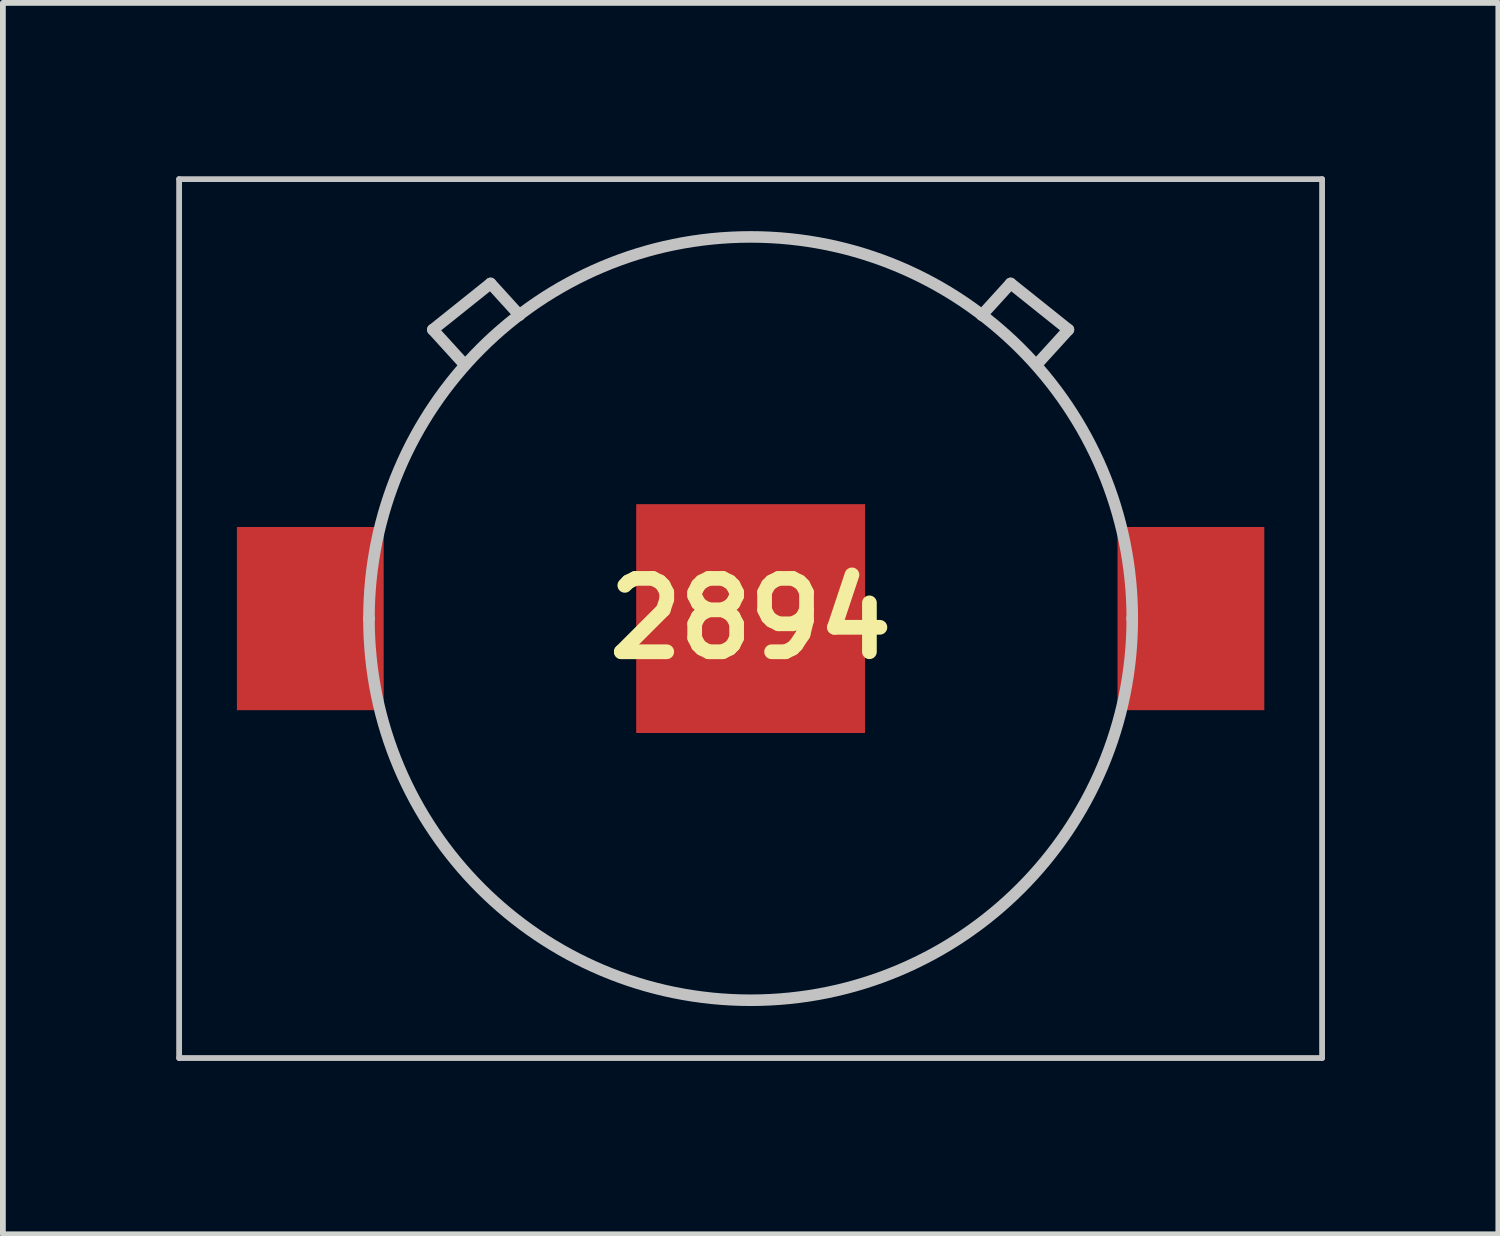
<source format=kicad_pcb>
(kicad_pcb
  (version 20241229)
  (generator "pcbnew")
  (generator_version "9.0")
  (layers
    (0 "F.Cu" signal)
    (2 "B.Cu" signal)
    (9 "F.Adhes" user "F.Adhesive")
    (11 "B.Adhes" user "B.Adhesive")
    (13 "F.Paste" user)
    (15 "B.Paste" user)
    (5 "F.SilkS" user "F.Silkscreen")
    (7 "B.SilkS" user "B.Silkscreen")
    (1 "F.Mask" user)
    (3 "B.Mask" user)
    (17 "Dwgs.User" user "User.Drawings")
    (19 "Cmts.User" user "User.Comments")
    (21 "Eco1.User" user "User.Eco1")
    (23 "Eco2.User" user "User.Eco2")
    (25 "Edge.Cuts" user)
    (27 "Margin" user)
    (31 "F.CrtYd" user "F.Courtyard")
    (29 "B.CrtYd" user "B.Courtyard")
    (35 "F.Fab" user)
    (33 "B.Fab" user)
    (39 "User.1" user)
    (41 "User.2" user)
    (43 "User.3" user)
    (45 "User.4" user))
  (footprint "2894"
    (layer "F.Cu")
    (at 9.94 7.655)
    (property "Reference" "2894" (at 0 0 0) (layer "F.SilkS") (effects (font (size 1.27 1.27) (thickness 0.254))))
    (attr smd)
    (fp_line (start -5.5 -5) (end -4.5 -5.8) (stroke (width 0.1) (type solid)) (layer "F.SilkS"))
    (fp_line (start -5 -4.45) (end -5.5 -5) (stroke (width 0.1) (type solid)) (layer "F.SilkS"))
    (fp_line (start -4.5 -5.8) (end -4 -5.25) (stroke (width 0.1) (type solid)) (layer "F.SilkS"))
    (fp_line (start 4 -5.25) (end 4.5 -5.8) (stroke (width 0.1) (type solid)) (layer "F.SilkS"))
    (fp_line (start 4.5 -5.8) (end 5.5 -5) (stroke (width 0.1) (type solid)) (layer "F.SilkS"))
    (fp_line (start 5.5 -5) (end 5 -4.45) (stroke (width 0.1) (type solid)) (layer "F.SilkS"))
    (fp_line (start -9.89 -7.605) (end 9.89 -7.605) (stroke (width 0.1) (type solid)) (layer "Dwgs.User"))
    (fp_line (start -9.89 7.605) (end -9.89 -7.605) (stroke (width 0.1) (type solid)) (layer "Dwgs.User"))
    (fp_line (start -6.605 0) (end -6.605 0) (stroke (width 0.2) (type solid)) (layer "Dwgs.User"))
    (fp_line (start -5.5 -5) (end -4.5 -5.8) (stroke (width 0.2) (type solid)) (layer "Dwgs.User"))
    (fp_line (start -5 -4.45) (end -5.5 -5) (stroke (width 0.2) (type solid)) (layer "Dwgs.User"))
    (fp_line (start -4.5 -5.8) (end -4 -5.25) (stroke (width 0.2) (type solid)) (layer "Dwgs.User"))
    (fp_line (start 4.5 -5.8) (end 4 -5.25) (stroke (width 0.2) (type solid)) (layer "Dwgs.User"))
    (fp_line (start 5 -4.45) (end 5.5 -5) (stroke (width 0.2) (type solid)) (layer "Dwgs.User"))
    (fp_line (start 5.5 -5) (end 4.5 -5.8) (stroke (width 0.2) (type solid)) (layer "Dwgs.User"))
    (fp_line (start 6.605 0) (end 6.605 0) (stroke (width 0.2) (type solid)) (layer "Dwgs.User"))
    (fp_line (start 9.89 -7.605) (end 9.89 7.605) (stroke (width 0.1) (type solid)) (layer "Dwgs.User"))
    (fp_line (start 9.89 7.605) (end -9.89 7.605) (stroke (width 0.1) (type solid)) (layer "Dwgs.User"))
    (fp_arc (start -6.605 0) (mid 0 -6.605) (end 6.605 0) (stroke (width 0.2) (type solid)) (layer "Dwgs.User"))
    (fp_arc (start 6.605 0) (mid 0 6.605) (end -6.605 0) (stroke (width 0.2) (type solid)) (layer "Dwgs.User"))
    (pad "1" smd rect (at -7.62 0) (size 2.54 3.17) (layers "F.Cu" "F.Mask" "F.Paste"))
    (pad "2" smd rect (at 7.62 0) (size 2.54 3.17) (layers "F.Cu" "F.Mask" "F.Paste"))
    (pad "MP1" smd rect (at 0 0) (size 3.96 3.96) (layers "F.Cu" "F.Mask" "F.Paste")))
  (gr_rect
    (start -3 -3)
    (end 22.88 18.31)
    (stroke (width 0.1) (type default))
    (fill no)
    (layer "Edge.Cuts")))
</source>
